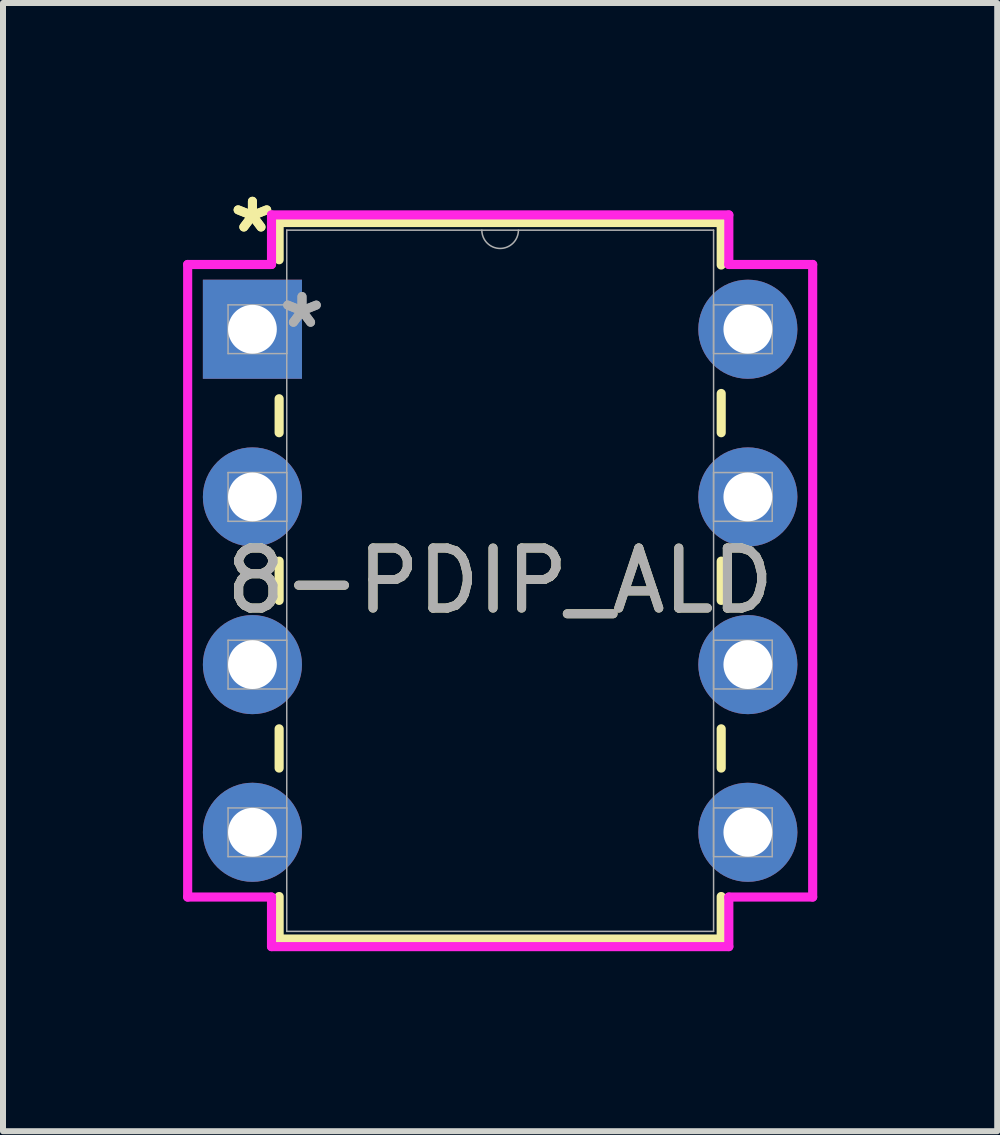
<source format=kicad_pcb>
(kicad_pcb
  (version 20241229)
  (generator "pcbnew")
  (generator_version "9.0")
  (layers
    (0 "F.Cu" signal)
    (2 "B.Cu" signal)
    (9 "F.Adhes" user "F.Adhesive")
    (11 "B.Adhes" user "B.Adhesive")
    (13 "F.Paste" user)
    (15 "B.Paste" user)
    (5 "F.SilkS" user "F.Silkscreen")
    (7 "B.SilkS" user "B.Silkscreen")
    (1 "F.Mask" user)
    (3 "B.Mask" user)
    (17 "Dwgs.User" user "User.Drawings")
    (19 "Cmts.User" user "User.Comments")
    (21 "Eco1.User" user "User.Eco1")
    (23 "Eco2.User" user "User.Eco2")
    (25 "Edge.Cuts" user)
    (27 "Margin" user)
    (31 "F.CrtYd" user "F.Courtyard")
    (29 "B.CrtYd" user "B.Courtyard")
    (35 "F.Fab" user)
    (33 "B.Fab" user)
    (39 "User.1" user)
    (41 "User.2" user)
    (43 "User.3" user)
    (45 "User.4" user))
  (footprint "8-PDIP_ALD"
    (layer "F.Cu")
    (at 1.156 2.436)
    (property "Reference" "8-PDIP_ALD" (at 4.128 4.191 0) (unlocked yes) (layer "F.SilkS") (effects (font (size 1 1) (thickness 0.15))))
    (attr through_hole)
    (fp_line (start 0.445 -1.778) (end 0.445 -1.158) (stroke (width 0.152) (type solid)) (layer "F.SilkS"))
    (fp_line (start 0.445 1.158) (end 0.445 1.724) (stroke (width 0.152) (type solid)) (layer "F.SilkS"))
    (fp_line (start 0.445 3.864) (end 0.445 4.518) (stroke (width 0.152) (type solid)) (layer "F.SilkS"))
    (fp_line (start 0.445 6.658) (end 0.445 7.312) (stroke (width 0.152) (type solid)) (layer "F.SilkS"))
    (fp_line (start 0.445 9.452) (end 0.445 10.16) (stroke (width 0.152) (type solid)) (layer "F.SilkS"))
    (fp_line (start 0.445 10.16) (end 7.811 10.16) (stroke (width 0.152) (type solid)) (layer "F.SilkS"))
    (fp_line (start 7.811 -1.778) (end 0.445 -1.778) (stroke (width 0.152) (type solid)) (layer "F.SilkS"))
    (fp_line (start 7.811 -1.07) (end 7.811 -1.778) (stroke (width 0.152) (type solid)) (layer "F.SilkS"))
    (fp_line (start 7.811 1.724) (end 7.811 1.07) (stroke (width 0.152) (type solid)) (layer "F.SilkS"))
    (fp_line (start 7.811 4.518) (end 7.811 3.864) (stroke (width 0.152) (type solid)) (layer "F.SilkS"))
    (fp_line (start 7.811 7.312) (end 7.811 6.658) (stroke (width 0.152) (type solid)) (layer "F.SilkS"))
    (fp_line (start 7.811 10.16) (end 7.811 9.452) (stroke (width 0.152) (type solid)) (layer "F.SilkS"))
    (fp_line (start -1.079 -1.079) (end 0.318 -1.079) (stroke (width 0.152) (type solid)) (layer "F.CrtYd"))
    (fp_line (start -1.079 9.461) (end -1.079 -1.079) (stroke (width 0.152) (type solid)) (layer "F.CrtYd"))
    (fp_line (start 0.318 -1.905) (end 7.938 -1.905) (stroke (width 0.152) (type solid)) (layer "F.CrtYd"))
    (fp_line (start 0.318 -1.079) (end 0.318 -1.905) (stroke (width 0.152) (type solid)) (layer "F.CrtYd"))
    (fp_line (start 0.318 9.461) (end -1.079 9.461) (stroke (width 0.152) (type solid)) (layer "F.CrtYd"))
    (fp_line (start 0.318 10.287) (end 0.318 9.461) (stroke (width 0.152) (type solid)) (layer "F.CrtYd"))
    (fp_line (start 7.938 -1.905) (end 7.938 -1.079) (stroke (width 0.152) (type solid)) (layer "F.CrtYd"))
    (fp_line (start 7.938 9.461) (end 7.938 10.287) (stroke (width 0.152) (type solid)) (layer "F.CrtYd"))
    (fp_line (start 7.938 10.287) (end 0.318 10.287) (stroke (width 0.152) (type solid)) (layer "F.CrtYd"))
    (fp_line (start 9.335 -1.079) (end 7.938 -1.079) (stroke (width 0.152) (type solid)) (layer "F.CrtYd"))
    (fp_line (start 9.335 -1.079) (end 9.335 9.461) (stroke (width 0.152) (type solid)) (layer "F.CrtYd"))
    (fp_line (start 9.335 9.461) (end 7.938 9.461) (stroke (width 0.152) (type solid)) (layer "F.CrtYd"))
    (fp_line (start -0.406 -0.406) (end -0.406 0.406) (stroke (width 0.025) (type solid)) (layer "F.Fab"))
    (fp_line (start -0.406 0.406) (end 0.572 0.406) (stroke (width 0.025) (type solid)) (layer "F.Fab"))
    (fp_line (start -0.406 2.388) (end -0.406 3.2) (stroke (width 0.025) (type solid)) (layer "F.Fab"))
    (fp_line (start -0.406 3.2) (end 0.572 3.2) (stroke (width 0.025) (type solid)) (layer "F.Fab"))
    (fp_line (start -0.406 5.182) (end -0.406 5.994) (stroke (width 0.025) (type solid)) (layer "F.Fab"))
    (fp_line (start -0.406 5.994) (end 0.572 5.994) (stroke (width 0.025) (type solid)) (layer "F.Fab"))
    (fp_line (start -0.406 7.976) (end -0.406 8.788) (stroke (width 0.025) (type solid)) (layer "F.Fab"))
    (fp_line (start -0.406 8.788) (end 0.572 8.788) (stroke (width 0.025) (type solid)) (layer "F.Fab"))
    (fp_line (start 0.572 -1.651) (end 0.572 10.033) (stroke (width 0.025) (type solid)) (layer "F.Fab"))
    (fp_line (start 0.572 -0.406) (end -0.406 -0.406) (stroke (width 0.025) (type solid)) (layer "F.Fab"))
    (fp_line (start 0.572 0.406) (end 0.572 -0.406) (stroke (width 0.025) (type solid)) (layer "F.Fab"))
    (fp_line (start 0.572 2.388) (end -0.406 2.388) (stroke (width 0.025) (type solid)) (layer "F.Fab"))
    (fp_line (start 0.572 3.2) (end 0.572 2.388) (stroke (width 0.025) (type solid)) (layer "F.Fab"))
    (fp_line (start 0.572 5.182) (end -0.406 5.182) (stroke (width 0.025) (type solid)) (layer "F.Fab"))
    (fp_line (start 0.572 5.994) (end 0.572 5.182) (stroke (width 0.025) (type solid)) (layer "F.Fab"))
    (fp_line (start 0.572 7.976) (end -0.406 7.976) (stroke (width 0.025) (type solid)) (layer "F.Fab"))
    (fp_line (start 0.572 8.788) (end 0.572 7.976) (stroke (width 0.025) (type solid)) (layer "F.Fab"))
    (fp_line (start 0.572 10.033) (end 7.684 10.033) (stroke (width 0.025) (type solid)) (layer "F.Fab"))
    (fp_line (start 7.684 -1.651) (end 0.572 -1.651) (stroke (width 0.025) (type solid)) (layer "F.Fab"))
    (fp_line (start 7.684 -0.406) (end 7.684 0.406) (stroke (width 0.025) (type solid)) (layer "F.Fab"))
    (fp_line (start 7.684 0.406) (end 8.661 0.406) (stroke (width 0.025) (type solid)) (layer "F.Fab"))
    (fp_line (start 7.684 2.388) (end 7.684 3.2) (stroke (width 0.025) (type solid)) (layer "F.Fab"))
    (fp_line (start 7.684 3.2) (end 8.661 3.2) (stroke (width 0.025) (type solid)) (layer "F.Fab"))
    (fp_line (start 7.684 5.182) (end 7.684 5.994) (stroke (width 0.025) (type solid)) (layer "F.Fab"))
    (fp_line (start 7.684 5.994) (end 8.661 5.994) (stroke (width 0.025) (type solid)) (layer "F.Fab"))
    (fp_line (start 7.684 7.976) (end 7.684 8.788) (stroke (width 0.025) (type solid)) (layer "F.Fab"))
    (fp_line (start 7.684 8.788) (end 8.661 8.788) (stroke (width 0.025) (type solid)) (layer "F.Fab"))
    (fp_line (start 7.684 10.033) (end 7.684 -1.651) (stroke (width 0.025) (type solid)) (layer "F.Fab"))
    (fp_line (start 8.661 -0.406) (end 7.684 -0.406) (stroke (width 0.025) (type solid)) (layer "F.Fab"))
    (fp_line (start 8.661 0.406) (end 8.661 -0.406) (stroke (width 0.025) (type solid)) (layer "F.Fab"))
    (fp_line (start 8.661 2.388) (end 7.684 2.388) (stroke (width 0.025) (type solid)) (layer "F.Fab"))
    (fp_line (start 8.661 3.2) (end 8.661 2.388) (stroke (width 0.025) (type solid)) (layer "F.Fab"))
    (fp_line (start 8.661 5.182) (end 7.684 5.182) (stroke (width 0.025) (type solid)) (layer "F.Fab"))
    (fp_line (start 8.661 5.994) (end 8.661 5.182) (stroke (width 0.025) (type solid)) (layer "F.Fab"))
    (fp_line (start 8.661 7.976) (end 7.684 7.976) (stroke (width 0.025) (type solid)) (layer "F.Fab"))
    (fp_line (start 8.661 8.788) (end 8.661 7.976) (stroke (width 0.025) (type solid)) (layer "F.Fab"))
    (fp_arc (start 4.4323 -1.651) (mid 4.1275 -1.3462) (end 3.8227 -1.651) (stroke (width 0.0254) (type solid)) (layer "F.Fab"))
    (fp_text user "*" (at 0 -1.587 0) (unlocked yes) (layer "F.SilkS") (effects (font (size 1 1) (thickness 0.15))))
    (fp_text user "*" (at 0 -1.587 0) (layer "F.SilkS") (effects (font (size 1 1) (thickness 0.15))))
    (fp_text user "*" (at 0.826 0 0) (unlocked yes) (layer "F.Fab") (effects (font (size 1 1) (thickness 0.15))))
    (fp_text user "${REFERENCE}" (at 4.128 4.191 0) (unlocked yes) (layer "F.Fab") (effects (font (size 1 1) (thickness 0.15))))
    (fp_text user "*" (at 0.826 0 0) (layer "F.Fab") (effects (font (size 1 1) (thickness 0.15))))
    (pad "1" thru_hole rect (at 0 0) (size 1.651 1.651) (drill 0.813) (layers "*.Cu" "*.Mask"))
    (pad "2" thru_hole circle (at 0 2.794) (size 1.651 1.651) (drill 0.813) (layers "*.Cu" "*.Mask"))
    (pad "3" thru_hole circle (at 0 5.588) (size 1.651 1.651) (drill 0.813) (layers "*.Cu" "*.Mask"))
    (pad "4" thru_hole circle (at 0 8.382) (size 1.651 1.651) (drill 0.813) (layers "*.Cu" "*.Mask"))
    (pad "5" thru_hole circle (at 8.255 8.382) (size 1.651 1.651) (drill 0.813) (layers "*.Cu" "*.Mask"))
    (pad "6" thru_hole circle (at 8.255 5.588) (size 1.651 1.651) (drill 0.813) (layers "*.Cu" "*.Mask"))
    (pad "7" thru_hole circle (at 8.255 2.794) (size 1.651 1.651) (drill 0.813) (layers "*.Cu" "*.Mask"))
    (pad "8" thru_hole circle (at 8.255 0) (size 1.651 1.651) (drill 0.813) (layers "*.Cu" "*.Mask")))
  (gr_rect
    (start -3 -3)
    (end 13.566 15.799)
    (stroke (width 0.1) (type default))
    (fill no)
    (layer "Edge.Cuts")))
</source>
